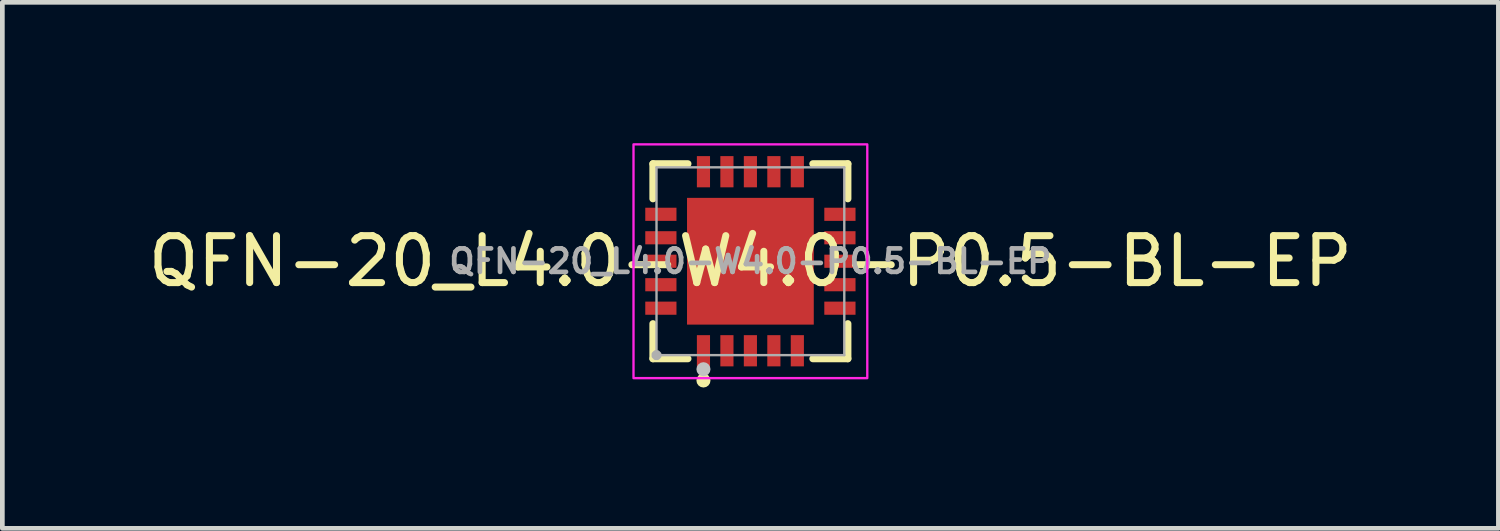
<source format=kicad_pcb>
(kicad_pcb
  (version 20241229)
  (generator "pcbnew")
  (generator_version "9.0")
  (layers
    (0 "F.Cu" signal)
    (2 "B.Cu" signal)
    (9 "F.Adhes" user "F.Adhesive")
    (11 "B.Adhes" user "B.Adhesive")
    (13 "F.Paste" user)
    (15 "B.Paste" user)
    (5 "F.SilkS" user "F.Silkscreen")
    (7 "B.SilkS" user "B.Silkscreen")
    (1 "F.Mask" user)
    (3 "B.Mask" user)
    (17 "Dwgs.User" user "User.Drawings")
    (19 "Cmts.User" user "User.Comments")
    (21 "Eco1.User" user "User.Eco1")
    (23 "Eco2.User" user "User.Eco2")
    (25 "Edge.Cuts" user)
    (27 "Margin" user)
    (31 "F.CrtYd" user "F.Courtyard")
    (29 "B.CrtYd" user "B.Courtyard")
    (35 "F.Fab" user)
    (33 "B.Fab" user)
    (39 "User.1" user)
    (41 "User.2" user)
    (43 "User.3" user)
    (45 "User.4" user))
  (footprint "QFN-20_L4.0-W4.0-P0.5-BL-EP"
    (layer "F.Cu")
    (at 12.935 2.515)
    (property "Reference" "QFN-20_L4.0-W4.0-P0.5-BL-EP" (at 0 0 0) (layer "F.SilkS") (effects (font (size 1 1) (thickness 0.15))))
    (fp_line (start -2.076 -2.076) (end -1.331 -2.076) (stroke (width 0.152) (type default)) (layer "F.SilkS"))
    (fp_line (start -2.076 -1.331) (end -2.076 -2.076) (stroke (width 0.152) (type default)) (layer "F.SilkS"))
    (fp_line (start -2.076 1.331) (end -2.076 2.076) (stroke (width 0.152) (type default)) (layer "F.SilkS"))
    (fp_line (start -2.076 2.076) (end -1.331 2.076) (stroke (width 0.152) (type default)) (layer "F.SilkS"))
    (fp_line (start 2.076 -2.076) (end 1.331 -2.076) (stroke (width 0.152) (type default)) (layer "F.SilkS"))
    (fp_line (start 2.076 -1.331) (end 2.076 -2.076) (stroke (width 0.152) (type default)) (layer "F.SilkS"))
    (fp_line (start 2.076 1.331) (end 2.076 2.076) (stroke (width 0.152) (type default)) (layer "F.SilkS"))
    (fp_line (start 2.076 2.076) (end 1.331 2.076) (stroke (width 0.152) (type default)) (layer "F.SilkS"))
    (fp_circle (center -1 2.54) (end -0.925 2.54) (stroke (width 0.15) (type default)) (fill no) (layer "F.SilkS"))
    (fp_circle (center -1 2.3) (end -0.925 2.3) (stroke (width 0.15) (type default)) (fill no) (layer "Dwgs.User"))
    (fp_rect (start -2.49 -2.49) (end 2.49 2.49) (stroke (width 0.05) (type default)) (fill no) (layer "F.CrtYd"))
    (fp_line (start -2 -2) (end 2 -2) (stroke (width 0.051) (type default)) (layer "F.Fab"))
    (fp_line (start -2 2) (end -2 -2) (stroke (width 0.051) (type default)) (layer "F.Fab"))
    (fp_line (start 2 -2) (end 2 2) (stroke (width 0.051) (type default)) (layer "F.Fab"))
    (fp_line (start 2 2) (end -2 2) (stroke (width 0.051) (type default)) (layer "F.Fab"))
    (fp_poly (pts (xy -1.945 1.977) (xy -1.977 1.945) (xy -2.023 1.945) (xy -2.055 1.977) (xy -2.055 2.023) (xy -2.023 2.055) (xy -1.977 2.055) (xy -1.945 2.023)) (stroke (width 0.1) (type default)) (fill no) (layer "F.Fab"))
    (fp_poly (pts (xy -1.6 -0.88) (xy -1.6 -1.12) (xy -2 -1.12) (xy -2 -0.88)) (stroke (width 0.1) (type default)) (fill no) (layer "User.1"))
    (fp_poly (pts (xy -1.6 -0.38) (xy -1.6 -0.62) (xy -2 -0.62) (xy -2 -0.38)) (stroke (width 0.1) (type default)) (fill no) (layer "User.1"))
    (fp_poly (pts (xy -1.6 0.12) (xy -1.6 -0.12) (xy -2 -0.12) (xy -2 0.12)) (stroke (width 0.1) (type default)) (fill no) (layer "User.1"))
    (fp_poly (pts (xy -1.6 0.62) (xy -1.6 0.38) (xy -2 0.38) (xy -2 0.62)) (stroke (width 0.1) (type default)) (fill no) (layer "User.1"))
    (fp_poly (pts (xy -1.6 1.12) (xy -1.6 0.88) (xy -2 0.88) (xy -2 1.12)) (stroke (width 0.1) (type default)) (fill no) (layer "User.1"))
    (fp_poly (pts (xy -1.12 -2) (xy -1.12 -1.6) (xy -0.88 -1.6) (xy -0.88 -2)) (stroke (width 0.1) (type default)) (fill no) (layer "User.1"))
    (fp_poly (pts (xy -1.12 2) (xy -1.12 1.6) (xy -0.88 1.6) (xy -0.88 2)) (stroke (width 0.1) (type default)) (fill no) (layer "User.1"))
    (fp_poly (pts (xy -0.62 -2) (xy -0.62 -1.6) (xy -0.38 -1.6) (xy -0.38 -2)) (stroke (width 0.1) (type default)) (fill no) (layer "User.1"))
    (fp_poly (pts (xy -0.62 2) (xy -0.62 1.6) (xy -0.38 1.6) (xy -0.38 2)) (stroke (width 0.1) (type default)) (fill no) (layer "User.1"))
    (fp_poly (pts (xy -0.12 -2) (xy -0.12 -1.6) (xy 0.12 -1.6) (xy 0.12 -2)) (stroke (width 0.1) (type default)) (fill no) (layer "User.1"))
    (fp_poly (pts (xy -0.12 2) (xy -0.12 1.6) (xy 0.12 1.6) (xy 0.12 2)) (stroke (width 0.1) (type default)) (fill no) (layer "User.1"))
    (fp_poly (pts (xy 0.38 -2) (xy 0.38 -1.6) (xy 0.62 -1.6) (xy 0.62 -2)) (stroke (width 0.1) (type default)) (fill no) (layer "User.1"))
    (fp_poly (pts (xy 0.38 2) (xy 0.38 1.6) (xy 0.62 1.6) (xy 0.62 2)) (stroke (width 0.1) (type default)) (fill no) (layer "User.1"))
    (fp_poly (pts (xy 0.88 -2) (xy 0.88 -1.6) (xy 1.12 -1.6) (xy 1.12 -2)) (stroke (width 0.1) (type default)) (fill no) (layer "User.1"))
    (fp_poly (pts (xy 0.88 2) (xy 0.88 1.6) (xy 1.12 1.6) (xy 1.12 2)) (stroke (width 0.1) (type default)) (fill no) (layer "User.1"))
    (fp_poly (pts (xy 1.6 -0.88) (xy 1.6 -1.12) (xy 2 -1.12) (xy 2 -0.88)) (stroke (width 0.1) (type default)) (fill no) (layer "User.1"))
    (fp_poly (pts (xy 1.6 -0.38) (xy 1.6 -0.62) (xy 2 -0.62) (xy 2 -0.38)) (stroke (width 0.1) (type default)) (fill no) (layer "User.1"))
    (fp_poly (pts (xy 1.6 0.12) (xy 1.6 -0.12) (xy 2 -0.12) (xy 2 0.12)) (stroke (width 0.1) (type default)) (fill no) (layer "User.1"))
    (fp_poly (pts (xy 1.6 0.62) (xy 1.6 0.38) (xy 2 0.38) (xy 2 0.62)) (stroke (width 0.1) (type default)) (fill no) (layer "User.1"))
    (fp_poly (pts (xy 1.6 1.12) (xy 1.6 0.88) (xy 2 0.88) (xy 2 1.12)) (stroke (width 0.1) (type default)) (fill no) (layer "User.1"))
    (fp_poly (pts (xy -1.35 1.08) (xy -1.35 -1.35) (xy 1.35 -1.35) (xy 1.35 1.35) (xy -1.08 1.35)) (stroke (width 0.1) (type default)) (fill no) (layer "User.1"))
    (fp_text user "${REFERENCE}" (at 0 0 0) (layer "F.Fab") (effects (font (size 0.5 0.5) (thickness 0.1))))
    (pad "1" smd rect (at -1 1.907) (size 0.28 0.665) (layers "F.Cu" "F.Mask" "F.Paste"))
    (pad "2" smd rect (at -0.5 1.907) (size 0.28 0.665) (layers "F.Cu" "F.Mask" "F.Paste"))
    (pad "3" smd rect (at 0 1.907) (size 0.28 0.665) (layers "F.Cu" "F.Mask" "F.Paste"))
    (pad "4" smd rect (at 0.5 1.907) (size 0.28 0.665) (layers "F.Cu" "F.Mask" "F.Paste"))
    (pad "5" smd rect (at 1 1.907) (size 0.28 0.665) (layers "F.Cu" "F.Mask" "F.Paste"))
    (pad "6" smd rect (at 1.907 1) (size 0.665 0.28) (layers "F.Cu" "F.Mask" "F.Paste"))
    (pad "7" smd rect (at 1.907 0.5) (size 0.665 0.28) (layers "F.Cu" "F.Mask" "F.Paste"))
    (pad "8" smd rect (at 1.907 0) (size 0.665 0.28) (layers "F.Cu" "F.Mask" "F.Paste"))
    (pad "9" smd rect (at 1.907 -0.5) (size 0.665 0.28) (layers "F.Cu" "F.Mask" "F.Paste"))
    (pad "10" smd rect (at 1.907 -1) (size 0.665 0.28) (layers "F.Cu" "F.Mask" "F.Paste"))
    (pad "11" smd rect (at 1 -1.907) (size 0.28 0.665) (layers "F.Cu" "F.Mask" "F.Paste"))
    (pad "12" smd rect (at 0.5 -1.907) (size 0.28 0.665) (layers "F.Cu" "F.Mask" "F.Paste"))
    (pad "13" smd rect (at 0 -1.907) (size 0.28 0.665) (layers "F.Cu" "F.Mask" "F.Paste"))
    (pad "14" smd rect (at -0.5 -1.907) (size 0.28 0.665) (layers "F.Cu" "F.Mask" "F.Paste"))
    (pad "15" smd rect (at -1 -1.907) (size 0.28 0.665) (layers "F.Cu" "F.Mask" "F.Paste"))
    (pad "16" smd rect (at -1.907 -1) (size 0.665 0.28) (layers "F.Cu" "F.Mask" "F.Paste"))
    (pad "17" smd rect (at -1.907 -0.5) (size 0.665 0.28) (layers "F.Cu" "F.Mask" "F.Paste"))
    (pad "18" smd rect (at -1.907 0) (size 0.665 0.28) (layers "F.Cu" "F.Mask" "F.Paste"))
    (pad "19" smd rect (at -1.907 0.5) (size 0.665 0.28) (layers "F.Cu" "F.Mask" "F.Paste"))
    (pad "20" smd rect (at -1.907 1) (size 0.665 0.28) (layers "F.Cu" "F.Mask" "F.Paste"))
    (pad "21" smd rect (at 0 0) (size 2.7 2.7) (layers "F.Cu" "F.Mask" "F.Paste")))
  (gr_rect
    (start -3 -3)
    (end 28.869 8.205)
    (stroke (width 0.1) (type default))
    (fill no)
    (layer "Edge.Cuts")))
</source>
